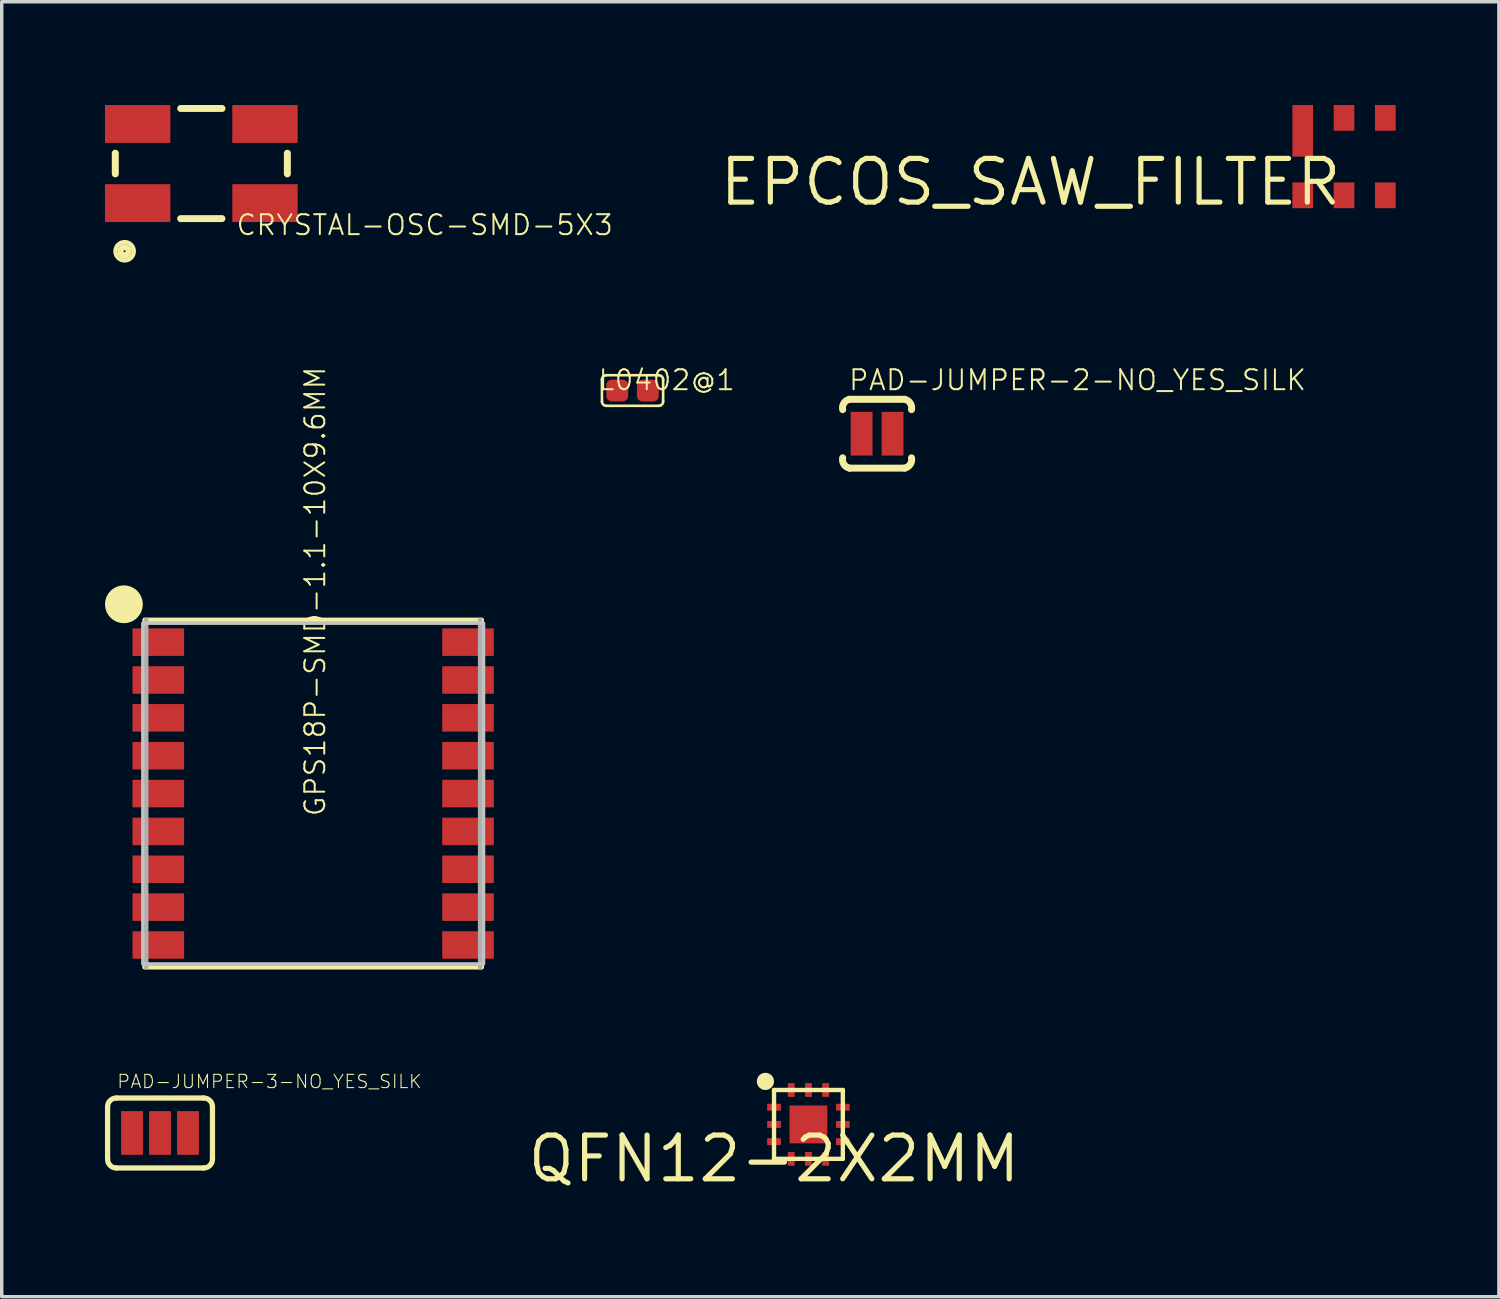
<source format=kicad_pcb>
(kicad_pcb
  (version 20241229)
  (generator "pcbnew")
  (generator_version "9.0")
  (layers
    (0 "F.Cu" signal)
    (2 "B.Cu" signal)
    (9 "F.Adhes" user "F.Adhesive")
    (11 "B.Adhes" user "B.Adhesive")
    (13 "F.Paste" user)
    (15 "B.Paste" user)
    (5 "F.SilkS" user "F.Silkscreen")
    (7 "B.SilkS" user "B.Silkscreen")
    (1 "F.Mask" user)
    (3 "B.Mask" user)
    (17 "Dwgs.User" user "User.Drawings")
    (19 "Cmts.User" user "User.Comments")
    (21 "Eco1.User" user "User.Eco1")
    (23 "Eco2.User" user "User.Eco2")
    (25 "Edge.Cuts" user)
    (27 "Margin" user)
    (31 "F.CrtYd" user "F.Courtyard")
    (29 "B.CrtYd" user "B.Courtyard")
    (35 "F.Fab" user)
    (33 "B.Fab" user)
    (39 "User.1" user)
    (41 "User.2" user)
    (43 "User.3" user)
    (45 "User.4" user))
  (footprint "QFN12-2X2MM"
    (layer "F.Cu")
    (at 19.441 30.623)
    (property "Reference" "QFN12-2X2MM" (at 0 0 0) (layer "F.SilkS") (effects (font (size 1.27 1.27) (thickness 0.15))))
    (attr through_hole)
    (fp_line (start 0 -2) (end 0 0) (stroke (width 0.127) (type solid)) (layer "F.SilkS"))
    (fp_line (start 0 0) (end 2 0) (stroke (width 0.127) (type solid)) (layer "F.SilkS"))
    (fp_line (start 2 -2) (end 0 -2) (stroke (width 0.127) (type solid)) (layer "F.SilkS"))
    (fp_line (start 2 0) (end 2 -2) (stroke (width 0.127) (type solid)) (layer "F.SilkS"))
    (fp_circle (center -0.25 -2.25) (end -0.125 -2.25) (stroke (width 0.25) (type solid)) (fill no) (layer "F.SilkS"))
    (pad "P$1" smd rect (at 0 -1.5) (size 0.4 0.2) (layers "F.Cu" "F.Mask" "F.Paste"))
    (pad "P$2" smd rect (at 0 -1) (size 0.4 0.2) (layers "F.Cu" "F.Mask" "F.Paste"))
    (pad "P$3" smd rect (at 0 -0.5) (size 0.4 0.2) (layers "F.Cu" "F.Mask" "F.Paste"))
    (pad "P$4" smd rect (at 0.5 0 90) (size 0.4 0.2) (layers "F.Cu" "F.Mask" "F.Paste"))
    (pad "P$5" smd rect (at 1 0 90) (size 0.4 0.2) (layers "F.Cu" "F.Mask" "F.Paste"))
    (pad "P$6" smd rect (at 1.5 0 90) (size 0.4 0.2) (layers "F.Cu" "F.Mask" "F.Paste"))
    (pad "P$7" smd rect (at 2 -0.5 180) (size 0.4 0.2) (layers "F.Cu" "F.Mask" "F.Paste"))
    (pad "P$8" smd rect (at 2 -1 180) (size 0.4 0.2) (layers "F.Cu" "F.Mask" "F.Paste"))
    (pad "P$9" smd rect (at 2 -1.5 180) (size 0.4 0.2) (layers "F.Cu" "F.Mask" "F.Paste"))
    (pad "P$10" smd rect (at 1.5 -2 270) (size 0.4 0.2) (layers "F.Cu" "F.Mask" "F.Paste"))
    (pad "P$11" smd rect (at 1 -2 270) (size 0.4 0.2) (layers "F.Cu" "F.Mask" "F.Paste"))
    (pad "P$12" smd rect (at 0.5 -2 270) (size 0.4 0.2) (layers "F.Cu" "F.Mask" "F.Paste"))
    (pad "PAD" smd rect (at 1 -1) (size 1.1 1.1) (layers "F.Cu" "F.Mask" "F.Paste")))
  (footprint "EPCOS_SAW_FILTER"
    (layer "F.Cu")
    (at 36.004 1.5)
    (property "Reference" "EPCOS_SAW_FILTER" (at 0 0 0) (layer "F.SilkS") (effects (font (size 1.27 1.27) (thickness 0.15)) (justify right top)))
    (attr through_hole)
    (pad "P$1" smd rect (at -1.2 -0.75 90) (size 1.5 0.6) (layers "F.Cu" "F.Mask" "F.Paste"))
    (pad "P$2" smd rect (at 0 -1.125 90) (size 0.75 0.6) (layers "F.Cu" "F.Mask" "F.Paste"))
    (pad "P$3" smd rect (at 1.2 -1.125 90) (size 0.75 0.6) (layers "F.Cu" "F.Mask" "F.Paste"))
    (pad "P$4" smd rect (at 1.2 1.125 90) (size 0.75 0.6) (layers "F.Cu" "F.Mask" "F.Paste"))
    (pad "P$5" smd rect (at 0 1.125 90) (size 0.75 0.6) (layers "F.Cu" "F.Mask" "F.Paste"))
    (pad "P$6" smd rect (at -1.2 1.125 90) (size 0.75 0.6) (layers "F.Cu" "F.Mask" "F.Paste")))
  (footprint "PAD-JUMPER-3-NO_YES_SILK"
    (layer "F.Cu")
    (at 1.6 29.872)
    (property "Reference" "PAD-JUMPER-3-NO_YES_SILK" (at -1.27 -1.27 180) (layer "F.SilkS") (effects (font (size 0.386 0.386) (thickness 0.031)) (justify left bottom)))
    (attr through_hole)
    (fp_line (start -1.524 0.762) (end -1.524 -0.762) (stroke (width 0.152) (type solid)) (layer "F.SilkS"))
    (fp_line (start -1.27 -1.016) (end 1.27 -1.016) (stroke (width 0.152) (type solid)) (layer "F.SilkS"))
    (fp_line (start 1.27 1.016) (end -1.27 1.016) (stroke (width 0.152) (type solid)) (layer "F.SilkS"))
    (fp_line (start 1.524 0.762) (end 1.524 -0.762) (stroke (width 0.152) (type solid)) (layer "F.SilkS"))
    (fp_arc (start -1.524 -0.762) (mid -1.449605 -0.941605) (end -1.27 -1.016) (stroke (width 0.1524) (type solid)) (layer "F.SilkS"))
    (fp_arc (start -1.27 1.016) (mid -1.449605 0.941605) (end -1.524 0.762) (stroke (width 0.1524) (type solid)) (layer "F.SilkS"))
    (fp_arc (start 1.27 -1.016) (mid 1.449605 -0.941605) (end 1.524 -0.762) (stroke (width 0.1524) (type solid)) (layer "F.SilkS"))
    (fp_arc (start 1.524 0.762) (mid 1.449605 0.941605) (end 1.27 1.016) (stroke (width 0.1524) (type solid)) (layer "F.SilkS"))
    (pad "1" smd rect (at -0.813 0) (size 0.635 1.27) (layers "F.Cu" "F.Mask"))
    (pad "2" smd rect (at 0 0) (size 0.635 1.27) (layers "F.Cu" "F.Mask"))
    (pad "3" smd rect (at 0.813 0) (size 0.635 1.27) (layers "F.Cu" "F.Mask")))
  (footprint "L0402@1"
    (layer "F.Cu")
    (at 15.33 8.298)
    (property "Reference" "L0402@1" (at -1.03 0.035 180) (layer "F.SilkS") (effects (font (size 0.579 0.579) (thickness 0.058)) (justify left bottom)))
    (attr through_hole)
    (fp_line (start -0.889 0.318) (end -0.889 -0.318) (stroke (width 0.076) (type solid)) (layer "F.SilkS"))
    (fp_line (start -0.762 -0.445) (end 0.762 -0.445) (stroke (width 0.076) (type solid)) (layer "F.SilkS"))
    (fp_line (start 0.762 0.445) (end -0.762 0.445) (stroke (width 0.076) (type solid)) (layer "F.SilkS"))
    (fp_line (start 0.889 -0.318) (end 0.889 0.318) (stroke (width 0.076) (type solid)) (layer "F.SilkS"))
    (fp_arc (start -0.889 -0.3175) (mid -0.851803 -0.407303) (end -0.762 -0.4445) (stroke (width 0.0762) (type solid)) (layer "F.SilkS"))
    (fp_arc (start -0.762 0.4445) (mid -0.851803 0.407303) (end -0.889 0.3175) (stroke (width 0.0762) (type solid)) (layer "F.SilkS"))
    (fp_arc (start 0.762 -0.4445) (mid 0.851803 -0.407303) (end 0.889 -0.3175) (stroke (width 0.0762) (type solid)) (layer "F.SilkS"))
    (fp_arc (start 0.889 0.3175) (mid 0.851803 0.407303) (end 0.762 0.4445) (stroke (width 0.0762) (type solid)) (layer "F.SilkS"))
    (pad "1" smd roundrect (at -0.445 0) (size 0.635 0.635) (layers "F.Cu" "F.Mask" "F.Paste") (roundrect_rratio 0.25))
    (pad "2" smd roundrect (at 0.445 0) (size 0.635 0.635) (layers "F.Cu" "F.Mask" "F.Paste") (roundrect_rratio 0.25)))
  (footprint "CRYSTAL-OSC-SMD-5X3"
    (layer "F.Cu")
    (at 2.8 1.702)
    (property "Reference" "CRYSTAL-OSC-SMD-5X3" (at 0.98 2.125 0) (layer "F.SilkS") (effects (font (size 0.579 0.579) (thickness 0.058)) (justify left bottom)))
    (attr through_hole)
    (fp_line (start -2.5 -0.3) (end -2.5 0.3) (stroke (width 0.203) (type solid)) (layer "F.SilkS"))
    (fp_line (start -0.6 -1.6) (end 0.6 -1.6) (stroke (width 0.203) (type solid)) (layer "F.SilkS"))
    (fp_line (start 0.6 1.6) (end -0.6 1.6) (stroke (width 0.203) (type solid)) (layer "F.SilkS"))
    (fp_line (start 2.5 -0.3) (end 2.5 0.3) (stroke (width 0.203) (type solid)) (layer "F.SilkS"))
    (fp_circle (center -2.229 2.549) (end -2.2 2.549) (stroke (width 0.127) (type solid)) (fill no) (layer "F.SilkS"))
    (fp_circle (center -2.229 2.549) (end -2.083 2.549) (stroke (width 0.127) (type solid)) (fill no) (layer "F.SilkS"))
    (fp_circle (center -2.229 2.549) (end -1.963 2.549) (stroke (width 0.127) (type solid)) (fill no) (layer "F.SilkS"))
    (pad "1" smd rect (at -1.85 1.15) (size 1.9 1.1) (layers "F.Cu" "F.Mask" "F.Paste"))
    (pad "2" smd rect (at 1.85 1.15) (size 1.9 1.1) (layers "F.Cu" "F.Mask" "F.Paste"))
    (pad "3" smd rect (at 1.85 -1.15) (size 1.9 1.1) (layers "F.Cu" "F.Mask" "F.Paste"))
    (pad "4" smd rect (at -1.85 -1.15) (size 1.9 1.1) (layers "F.Cu" "F.Mask" "F.Paste")))
  (footprint "PAD-JUMPER-2-NO_YES_SILK"
    (layer "F.Cu")
    (at 22.436 9.553)
    (property "Reference" "PAD-JUMPER-2-NO_YES_SILK" (at -0.858 -1.22 180) (layer "F.SilkS") (effects (font (size 0.579 0.579) (thickness 0.058)) (justify left bottom)))
    (attr through_hole)
    (fp_line (start -0.8 -1) (end 0.8 -1) (stroke (width 0.203) (type solid)) (layer "F.SilkS"))
    (fp_line (start 0.8 1) (end -0.8 1) (stroke (width 0.203) (type solid)) (layer "F.SilkS"))
    (fp_arc (start -1 -0.7) (mid -0.962132 -0.891421) (end -0.8 -1) (stroke (width 0.2032) (type solid)) (layer "F.SilkS"))
    (fp_arc (start -0.8 1) (mid -0.962132 0.891421) (end -1 0.7) (stroke (width 0.2032) (type solid)) (layer "F.SilkS"))
    (fp_arc (start 0.8 -1) (mid 0.962132 -0.891421) (end 1 -0.7) (stroke (width 0.2032) (type solid)) (layer "F.SilkS"))
    (fp_arc (start 1 0.7) (mid 0.962132 0.891421) (end 0.8 1) (stroke (width 0.2032) (type solid)) (layer "F.SilkS"))
    (pad "1" smd rect (at -0.45 0) (size 0.635 1.27) (layers "F.Cu" "F.Mask"))
    (pad "2" smd rect (at 0.45 0) (size 0.635 1.27) (layers "F.Cu" "F.Mask")))
  (footprint "GPS18P-SMD-1.1-10X9.6MM"
    (layer "F.Cu")
    (at 6.05 20.009)
    (property "Reference" "GPS18P-SMD-1.1-10X9.6MM" (at 0.395 0.7 90) (layer "F.SilkS") (effects (font (size 0.579 0.579) (thickness 0.058)) (justify left bottom)))
    (attr through_hole)
    (fp_line (start -4.9 -5.05) (end -4.9 -4.9) (stroke (width 0.127) (type solid)) (layer "F.SilkS"))
    (fp_line (start -4.9 4.95) (end -4.9 5.05) (stroke (width 0.127) (type solid)) (layer "F.SilkS"))
    (fp_line (start -4.85 -5.05) (end 4.85 -5.05) (stroke (width 0.127) (type solid)) (layer "F.SilkS"))
    (fp_line (start 4.85 5.05) (end -4.85 5.05) (stroke (width 0.127) (type solid)) (layer "F.SilkS"))
    (fp_line (start 4.9 -5.05) (end 4.9 -4.9) (stroke (width 0.127) (type solid)) (layer "F.SilkS"))
    (fp_line (start 4.9 4.95) (end 4.9 5.05) (stroke (width 0.127) (type solid)) (layer "F.SilkS"))
    (fp_circle (center -5.5 -5.5) (end -5.225 -5.5) (stroke (width 0.55) (type solid)) (fill no) (layer "F.SilkS"))
    (fp_poly (pts (xy -4.95 4.95) (xy 4.95 4.95) (xy 4.95 -4.95) (xy -4.95 -4.95)) (stroke (width 0.1) (type solid)) (fill no) (layer "Dwgs.User"))
    (fp_line (start -4.85 5.05) (end -4.85 -5.05) (stroke (width 0.127) (type solid)) (layer "F.Fab"))
    (fp_line (start 4.85 -5.05) (end 4.85 5.05) (stroke (width 0.127) (type solid)) (layer "F.Fab"))
    (pad "1" smd rect (at -4.5 -4.4) (size 1.5 0.8) (layers "F.Cu" "F.Mask" "F.Paste"))
    (pad "2" smd rect (at -4.5 -3.3) (size 1.5 0.8) (layers "F.Cu" "F.Mask" "F.Paste"))
    (pad "3" smd rect (at -4.5 -2.2) (size 1.5 0.8) (layers "F.Cu" "F.Mask" "F.Paste"))
    (pad "4" smd rect (at -4.5 -1.1) (size 1.5 0.8) (layers "F.Cu" "F.Mask" "F.Paste"))
    (pad "5" smd rect (at -4.5 0) (size 1.5 0.8) (layers "F.Cu" "F.Mask" "F.Paste"))
    (pad "6" smd rect (at -4.5 1.1) (size 1.5 0.8) (layers "F.Cu" "F.Mask" "F.Paste"))
    (pad "7" smd rect (at -4.5 2.2) (size 1.5 0.8) (layers "F.Cu" "F.Mask" "F.Paste"))
    (pad "8" smd rect (at -4.5 3.3) (size 1.5 0.8) (layers "F.Cu" "F.Mask" "F.Paste"))
    (pad "9" smd rect (at -4.5 4.4) (size 1.5 0.8) (layers "F.Cu" "F.Mask" "F.Paste"))
    (pad "10" smd rect (at 4.5 4.4) (size 1.5 0.8) (layers "F.Cu" "F.Mask" "F.Paste"))
    (pad "11" smd rect (at 4.5 3.3) (size 1.5 0.8) (layers "F.Cu" "F.Mask" "F.Paste"))
    (pad "12" smd rect (at 4.5 2.2) (size 1.5 0.8) (layers "F.Cu" "F.Mask" "F.Paste"))
    (pad "13" smd rect (at 4.5 1.1) (size 1.5 0.8) (layers "F.Cu" "F.Mask" "F.Paste"))
    (pad "14" smd rect (at 4.5 0) (size 1.5 0.8) (layers "F.Cu" "F.Mask" "F.Paste"))
    (pad "15" smd rect (at 4.5 -1.1) (size 1.5 0.8) (layers "F.Cu" "F.Mask" "F.Paste"))
    (pad "16" smd rect (at 4.5 -2.2) (size 1.5 0.8) (layers "F.Cu" "F.Mask" "F.Paste"))
    (pad "17" smd rect (at 4.5 -3.3) (size 1.5 0.8) (layers "F.Cu" "F.Mask" "F.Paste"))
    (pad "18" smd rect (at 4.5 -4.4) (size 1.5 0.8) (layers "F.Cu" "F.Mask" "F.Paste")))
  (gr_rect
    (start -3 -3)
    (end 40.504 34.629)
    (stroke (width 0.1) (type default))
    (fill no)
    (layer "Edge.Cuts")))
</source>
